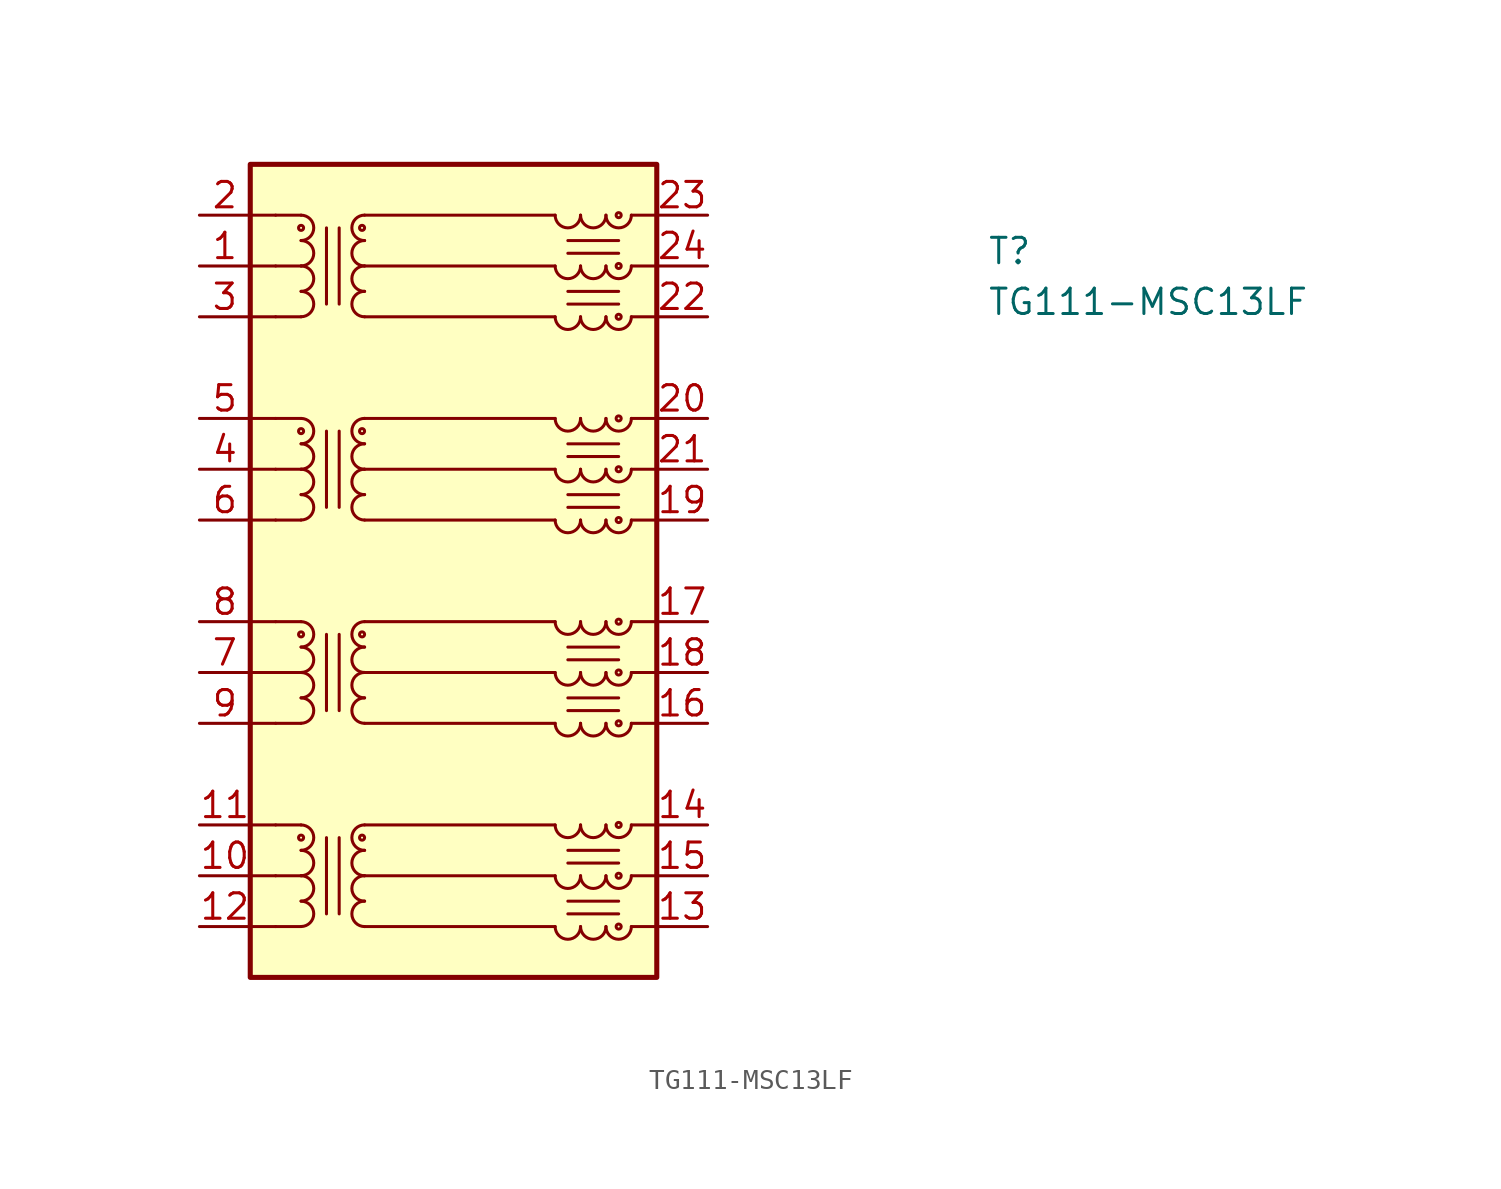
<source format=kicad_sym>
(kicad_symbol_lib
  (version 20211014)
  (generator kicad_symbol_editor)
  (symbol "TG111-MSC13LF"
    (pin_names
      (offset 0.002) hide)
    (property "Reference" "T"
      (at 39.37 -2.54 0)
      (effects (font (size 1.27 1.27) (thickness 0.15)) (justify left bottom)))
    (property "Value" "TG111-MSC13LF"
      (at 39.37 -5.08 0)
      (effects (font (size 1.27 1.27) (thickness 0.15)) (justify left bottom)))
    (symbol "TG111-MSC13LF_0_1"
      (polyline (pts (xy 2.54 -5.08) (xy 3.81 -5.08)) (stroke (width 0) (type default) (color 0 0 0 0)) (fill (type none)))
      (polyline (pts (xy 2.54 -2.54) (xy 3.81 -2.54)) (stroke (width 0) (type default) (color 0 0 0 0)) (fill (type none)))
      (polyline (pts (xy 2.54 0) (xy 3.81 0)) (stroke (width 0) (type default) (color 0 0 0 0)) (fill (type none)))
      (rectangle (start 2.54 -38.1) (end 22.86 2.54) (stroke (width 0.254) (type default) (color 0 0 0 0)) (fill (type background)))
      (pin passive line (at 0 -2.54 0) (length 2.54) (name "TCT1" (effects (font (size 1.27 1.27)))) (number "1" (effects (font (size 1.27 1.27)))))
      (pin passive line (at 0 -33.02 0) (length 2.54) (name "TCT4" (effects (font (size 1.27 1.27)))) (number "10" (effects (font (size 1.27 1.27)))))
      (pin passive line (at 0 -30.48 0) (length 2.54) (name "TD4+" (effects (font (size 1.27 1.27)))) (number "11" (effects (font (size 1.27 1.27)))))
      (pin passive line (at 0 -35.56 0) (length 2.54) (name "TD4-" (effects (font (size 1.27 1.27)))) (number "12" (effects (font (size 1.27 1.27)))))
      (pin passive line (at 25.4 -35.56 180) (length 2.54) (name "MX4-" (effects (font (size 1.27 1.27)))) (number "13" (effects (font (size 1.27 1.27)))))
      (pin passive line (at 25.4 -30.48 180) (length 2.54) (name "MX4+" (effects (font (size 1.27 1.27)))) (number "14" (effects (font (size 1.27 1.27)))))
      (pin passive line (at 25.4 -33.02 180) (length 2.54) (name "MCT4" (effects (font (size 1.27 1.27)))) (number "15" (effects (font (size 1.27 1.27)))))
      (pin passive line (at 25.4 -25.4 180) (length 2.54) (name "MTX3-" (effects (font (size 1.27 1.27)))) (number "16" (effects (font (size 1.27 1.27)))))
      (pin passive line (at 25.4 -20.32 180) (length 2.54) (name "MTX3+" (effects (font (size 1.27 1.27)))) (number "17" (effects (font (size 1.27 1.27)))))
      (pin passive line (at 25.4 -22.86 180) (length 2.54) (name "MCT3" (effects (font (size 1.27 1.27)))) (number "18" (effects (font (size 1.27 1.27)))))
      (pin passive line (at 25.4 -15.24 180) (length 2.54) (name "MTX2-" (effects (font (size 1.27 1.27)))) (number "19" (effects (font (size 1.27 1.27)))))
      (pin passive line (at 0 0 0) (length 2.54) (name "TD1+" (effects (font (size 1.27 1.27)))) (number "2" (effects (font (size 1.27 1.27)))))
      (pin passive line (at 25.4 -10.16 180) (length 2.54) (name "MTX2+" (effects (font (size 1.27 1.27)))) (number "20" (effects (font (size 1.27 1.27)))))
      (pin passive line (at 25.4 -12.7 180) (length 2.54) (name "MCT2" (effects (font (size 1.27 1.27)))) (number "21" (effects (font (size 1.27 1.27)))))
      (pin passive line (at 25.4 -5.08 180) (length 2.54) (name "MTX1-" (effects (font (size 1.27 1.27)))) (number "22" (effects (font (size 1.27 1.27)))))
      (pin passive line (at 25.4 0 180) (length 2.54) (name "MTX1+" (effects (font (size 1.27 1.27)))) (number "23" (effects (font (size 1.27 1.27)))))
      (pin passive line (at 25.4 -2.54 180) (length 2.54) (name "MTC1" (effects (font (size 1.27 1.27)))) (number "24" (effects (font (size 1.27 1.27)))))
      (pin passive line (at 0 -5.08 0) (length 2.54) (name "TD1-" (effects (font (size 1.27 1.27)))) (number "3" (effects (font (size 1.27 1.27)))))
      (pin passive line (at 0 -12.7 0) (length 2.54) (name "TCT2" (effects (font (size 1.27 1.27)))) (number "4" (effects (font (size 1.27 1.27)))))
      (pin passive line (at 0 -10.16 0) (length 2.54) (name "TD2+" (effects (font (size 1.27 1.27)))) (number "5" (effects (font (size 1.27 1.27)))))
      (pin passive line (at 0 -15.24 0) (length 2.54) (name "TD2-" (effects (font (size 1.27 1.27)))) (number "6" (effects (font (size 1.27 1.27)))))
      (pin passive line (at 0 -22.86 0) (length 2.54) (name "TCT3" (effects (font (size 1.27 1.27)))) (number "7" (effects (font (size 1.27 1.27)))))
      (pin passive line (at 0 -20.32 0) (length 2.54) (name "TD3+" (effects (font (size 1.27 1.27)))) (number "8" (effects (font (size 1.27 1.27)))))
      (pin passive line (at 0 -25.4 0) (length 2.54) (name "TD3-" (effects (font (size 1.27 1.27)))) (number "9" (effects (font (size 1.27 1.27))))))
    (symbol "TG111-MSC13LF_1_1"
      (polyline (pts (xy 2.54 -35.56) (xy 3.81 -35.56)) (stroke (width 0) (type default) (color 0 0 0 0)) (fill (type none)))
      (polyline (pts (xy 2.54 -33.02) (xy 3.81 -33.02)) (stroke (width 0) (type default) (color 0 0 0 0)) (fill (type none)))
      (polyline (pts (xy 2.54 -30.48) (xy 3.81 -30.48)) (stroke (width 0) (type default) (color 0 0 0 0)) (fill (type none)))
      (polyline (pts (xy 2.54 -25.4) (xy 3.81 -25.4)) (stroke (width 0) (type default) (color 0 0 0 0)) (fill (type none)))
      (polyline (pts (xy 2.54 -22.86) (xy 3.81 -22.86)) (stroke (width 0) (type default) (color 0 0 0 0)) (fill (type none)))
      (polyline (pts (xy 2.54 -20.32) (xy 3.81 -20.32)) (stroke (width 0) (type default) (color 0 0 0 0)) (fill (type none)))
      (polyline (pts (xy 2.54 -15.24) (xy 3.81 -15.24)) (stroke (width 0) (type default) (color 0 0 0 0)) (fill (type none)))
      (polyline (pts (xy 2.54 -12.7) (xy 3.81 -12.7)) (stroke (width 0) (type default) (color 0 0 0 0)) (fill (type none)))
      (polyline (pts (xy 2.54 -10.16) (xy 3.81 -10.16)) (stroke (width 0) (type default) (color 0 0 0 0)) (fill (type none)))
      (polyline (pts (xy 3.81 -35.56) (xy 5.08 -35.56)) (stroke (width 0) (type default) (color 0 0 0 0)) (fill (type none)))
      (polyline (pts (xy 3.81 -33.02) (xy 5.08 -33.02)) (stroke (width 0) (type default) (color 0 0 0 0)) (fill (type none)))
      (polyline (pts (xy 3.81 -30.48) (xy 5.08 -30.48)) (stroke (width 0) (type default) (color 0 0 0 0)) (fill (type none)))
      (polyline (pts (xy 3.81 -25.4) (xy 5.08 -25.4)) (stroke (width 0) (type default) (color 0 0 0 0)) (fill (type none)))
      (polyline (pts (xy 3.81 -22.86) (xy 5.08 -22.86)) (stroke (width 0) (type default) (color 0 0 0 0)) (fill (type none)))
      (polyline (pts (xy 3.81 -20.32) (xy 5.08 -20.32)) (stroke (width 0) (type default) (color 0 0 0 0)) (fill (type none)))
      (polyline (pts (xy 3.81 -15.24) (xy 5.08 -15.24)) (stroke (width 0) (type default) (color 0 0 0 0)) (fill (type none)))
      (polyline (pts (xy 3.81 -12.7) (xy 5.08 -12.7)) (stroke (width 0) (type default) (color 0 0 0 0)) (fill (type none)))
      (polyline (pts (xy 3.81 -10.16) (xy 5.08 -10.16)) (stroke (width 0) (type default) (color 0 0 0 0)) (fill (type none)))
      (polyline (pts (xy 3.81 -5.08) (xy 5.08 -5.08)) (stroke (width 0) (type default) (color 0 0 0 0)) (fill (type none)))
      (polyline (pts (xy 3.81 -2.54) (xy 5.08 -2.54)) (stroke (width 0) (type default) (color 0 0 0 0)) (fill (type none)))
      (polyline (pts (xy 3.81 0) (xy 5.08 0)) (stroke (width 0) (type default) (color 0 0 0 0)) (fill (type none)))
      (polyline (pts (xy 6.35 -34.925) (xy 6.35 -31.115)) (stroke (width 0) (type default) (color 0 0 0 0)) (fill (type none)))
      (polyline (pts (xy 6.35 -24.765) (xy 6.35 -20.955)) (stroke (width 0) (type default) (color 0 0 0 0)) (fill (type none)))
      (polyline (pts (xy 6.35 -14.605) (xy 6.35 -10.795)) (stroke (width 0) (type default) (color 0 0 0 0)) (fill (type none)))
      (polyline (pts (xy 6.35 -4.445) (xy 6.35 -0.635)) (stroke (width 0) (type default) (color 0 0 0 0)) (fill (type none)))
      (polyline (pts (xy 6.985 -34.925) (xy 6.985 -31.115)) (stroke (width 0) (type default) (color 0 0 0 0)) (fill (type none)))
      (polyline (pts (xy 6.985 -24.765) (xy 6.985 -20.955)) (stroke (width 0) (type default) (color 0 0 0 0)) (fill (type none)))
      (polyline (pts (xy 6.985 -14.605) (xy 6.985 -10.795)) (stroke (width 0) (type default) (color 0 0 0 0)) (fill (type none)))
      (polyline (pts (xy 6.985 -4.445) (xy 6.985 -0.635)) (stroke (width 0) (type default) (color 0 0 0 0)) (fill (type none)))
      (polyline (pts (xy 17.78 -35.56) (xy 8.255 -35.56)) (stroke (width 0) (type default) (color 0 0 0 0)) (fill (type none)))
      (polyline (pts (xy 17.78 -33.02) (xy 8.255 -33.02)) (stroke (width 0) (type default) (color 0 0 0 0)) (fill (type none)))
      (polyline (pts (xy 17.78 -30.48) (xy 8.255 -30.48)) (stroke (width 0) (type default) (color 0 0 0 0)) (fill (type none)))
      (polyline (pts (xy 17.78 -25.4) (xy 8.255 -25.4)) (stroke (width 0) (type default) (color 0 0 0 0)) (fill (type none)))
      (polyline (pts (xy 17.78 -22.86) (xy 8.255 -22.86)) (stroke (width 0) (type default) (color 0 0 0 0)) (fill (type none)))
      (polyline (pts (xy 17.78 -20.32) (xy 8.255 -20.32)) (stroke (width 0) (type default) (color 0 0 0 0)) (fill (type none)))
      (polyline (pts (xy 17.78 -15.24) (xy 8.255 -15.24)) (stroke (width 0) (type default) (color 0 0 0 0)) (fill (type none)))
      (polyline (pts (xy 17.78 -12.7) (xy 8.255 -12.7)) (stroke (width 0) (type default) (color 0 0 0 0)) (fill (type none)))
      (polyline (pts (xy 17.78 -10.16) (xy 8.255 -10.16)) (stroke (width 0) (type default) (color 0 0 0 0)) (fill (type none)))
      (polyline (pts (xy 17.78 -5.08) (xy 8.255 -5.08)) (stroke (width 0) (type default) (color 0 0 0 0)) (fill (type none)))
      (polyline (pts (xy 17.78 -2.54) (xy 8.255 -2.54)) (stroke (width 0) (type default) (color 0 0 0 0)) (fill (type none)))
      (polyline (pts (xy 17.78 0) (xy 8.255 0)) (stroke (width 0) (type default) (color 0 0 0 0)) (fill (type none)))
      (polyline (pts (xy 20.955 -34.925) (xy 18.415 -34.925)) (stroke (width 0) (type default) (color 0 0 0 0)) (fill (type none)))
      (polyline (pts (xy 20.955 -34.29) (xy 18.415 -34.29)) (stroke (width 0) (type default) (color 0 0 0 0)) (fill (type none)))
      (polyline (pts (xy 20.955 -32.385) (xy 18.415 -32.385)) (stroke (width 0) (type default) (color 0 0 0 0)) (fill (type none)))
      (polyline (pts (xy 20.955 -31.75) (xy 18.415 -31.75)) (stroke (width 0) (type default) (color 0 0 0 0)) (fill (type none)))
      (polyline (pts (xy 20.955 -24.765) (xy 18.415 -24.765)) (stroke (width 0) (type default) (color 0 0 0 0)) (fill (type none)))
      (polyline (pts (xy 20.955 -24.13) (xy 18.415 -24.13)) (stroke (width 0) (type default) (color 0 0 0 0)) (fill (type none)))
      (polyline (pts (xy 20.955 -22.225) (xy 18.415 -22.225)) (stroke (width 0) (type default) (color 0 0 0 0)) (fill (type none)))
      (polyline (pts (xy 20.955 -21.59) (xy 18.415 -21.59)) (stroke (width 0) (type default) (color 0 0 0 0)) (fill (type none)))
      (polyline (pts (xy 20.955 -14.605) (xy 18.415 -14.605)) (stroke (width 0) (type default) (color 0 0 0 0)) (fill (type none)))
      (polyline (pts (xy 20.955 -13.97) (xy 18.415 -13.97)) (stroke (width 0) (type default) (color 0 0 0 0)) (fill (type none)))
      (polyline (pts (xy 20.955 -12.065) (xy 18.415 -12.065)) (stroke (width 0) (type default) (color 0 0 0 0)) (fill (type none)))
      (polyline (pts (xy 20.955 -11.43) (xy 18.415 -11.43)) (stroke (width 0) (type default) (color 0 0 0 0)) (fill (type none)))
      (polyline (pts (xy 20.955 -4.445) (xy 18.415 -4.445)) (stroke (width 0) (type default) (color 0 0 0 0)) (fill (type none)))
      (polyline (pts (xy 20.955 -3.81) (xy 18.415 -3.81)) (stroke (width 0) (type default) (color 0 0 0 0)) (fill (type none)))
      (polyline (pts (xy 20.955 -1.905) (xy 18.415 -1.905)) (stroke (width 0) (type default) (color 0 0 0 0)) (fill (type none)))
      (polyline (pts (xy 20.955 -1.27) (xy 18.415 -1.27)) (stroke (width 0) (type default) (color 0 0 0 0)) (fill (type none)))
      (polyline (pts (xy 22.86 -35.56) (xy 21.59 -35.56)) (stroke (width 0) (type default) (color 0 0 0 0)) (fill (type none)))
      (polyline (pts (xy 22.86 -33.02) (xy 21.59 -33.02)) (stroke (width 0) (type default) (color 0 0 0 0)) (fill (type none)))
      (polyline (pts (xy 22.86 -30.48) (xy 21.59 -30.48)) (stroke (width 0) (type default) (color 0 0 0 0)) (fill (type none)))
      (polyline (pts (xy 22.86 -25.4) (xy 21.59 -25.4)) (stroke (width 0) (type default) (color 0 0 0 0)) (fill (type none)))
      (polyline (pts (xy 22.86 -22.86) (xy 21.59 -22.86)) (stroke (width 0) (type default) (color 0 0 0 0)) (fill (type none)))
      (polyline (pts (xy 22.86 -20.32) (xy 21.59 -20.32)) (stroke (width 0) (type default) (color 0 0 0 0)) (fill (type none)))
      (polyline (pts (xy 22.86 -15.24) (xy 21.59 -15.24)) (stroke (width 0) (type default) (color 0 0 0 0)) (fill (type none)))
      (polyline (pts (xy 22.86 -12.7) (xy 21.59 -12.7)) (stroke (width 0) (type default) (color 0 0 0 0)) (fill (type none)))
      (polyline (pts (xy 22.86 -10.16) (xy 21.59 -10.16)) (stroke (width 0) (type default) (color 0 0 0 0)) (fill (type none)))
      (polyline (pts (xy 22.86 -5.08) (xy 21.59 -5.08)) (stroke (width 0) (type default) (color 0 0 0 0)) (fill (type none)))
      (polyline (pts (xy 22.86 -2.54) (xy 21.59 -2.54)) (stroke (width 0) (type default) (color 0 0 0 0)) (fill (type none)))
      (polyline (pts (xy 22.86 0) (xy 21.59 0)) (stroke (width 0) (type default) (color 0 0 0 0)) (fill (type none)))
      (arc (start 5.08 -35.56) (mid 5.715 -34.925) (end 5.08 -34.29) (stroke (width 0) (type default) (color 0 0 0 0)) (fill (type none)))
      (arc (start 5.08 -34.29) (mid 5.715 -33.655) (end 5.08 -33.02) (stroke (width 0) (type default) (color 0 0 0 0)) (fill (type none)))
      (arc (start 5.08 -33.02) (mid 5.715 -32.385) (end 5.08 -31.75) (stroke (width 0) (type default) (color 0 0 0 0)) (fill (type none)))
      (arc (start 5.08 -31.75) (mid 5.715 -31.115) (end 5.08 -30.48) (stroke (width 0) (type default) (color 0 0 0 0)) (fill (type none)))
      (circle (center 5.08 -31.115) (radius 0.127) (stroke (width 0) (type default) (color 0 0 0 0)) (fill (type none)))
      (arc (start 5.08 -25.4) (mid 5.715 -24.765) (end 5.08 -24.13) (stroke (width 0) (type default) (color 0 0 0 0)) (fill (type none)))
      (arc (start 5.08 -24.13) (mid 5.715 -23.495) (end 5.08 -22.86) (stroke (width 0) (type default) (color 0 0 0 0)) (fill (type none)))
      (arc (start 5.08 -22.86) (mid 5.715 -22.225) (end 5.08 -21.59) (stroke (width 0) (type default) (color 0 0 0 0)) (fill (type none)))
      (arc (start 5.08 -21.59) (mid 5.715 -20.955) (end 5.08 -20.32) (stroke (width 0) (type default) (color 0 0 0 0)) (fill (type none)))
      (circle (center 5.08 -20.955) (radius 0.127) (stroke (width 0) (type default) (color 0 0 0 0)) (fill (type none)))
      (arc (start 5.08 -15.24) (mid 5.715 -14.605) (end 5.08 -13.97) (stroke (width 0) (type default) (color 0 0 0 0)) (fill (type none)))
      (arc (start 5.08 -13.97) (mid 5.715 -13.335) (end 5.08 -12.7) (stroke (width 0) (type default) (color 0 0 0 0)) (fill (type none)))
      (arc (start 5.08 -12.7) (mid 5.715 -12.065) (end 5.08 -11.43) (stroke (width 0) (type default) (color 0 0 0 0)) (fill (type none)))
      (arc (start 5.08 -11.43) (mid 5.715 -10.795) (end 5.08 -10.16) (stroke (width 0) (type default) (color 0 0 0 0)) (fill (type none)))
      (circle (center 5.08 -10.795) (radius 0.127) (stroke (width 0) (type default) (color 0 0 0 0)) (fill (type none)))
      (arc (start 5.08 -5.08) (mid 5.715 -4.445) (end 5.08 -3.81) (stroke (width 0) (type default) (color 0 0 0 0)) (fill (type none)))
      (arc (start 5.08 -3.81) (mid 5.715 -3.175) (end 5.08 -2.54) (stroke (width 0) (type default) (color 0 0 0 0)) (fill (type none)))
      (arc (start 5.08 -2.54) (mid 5.715 -1.905) (end 5.08 -1.27) (stroke (width 0) (type default) (color 0 0 0 0)) (fill (type none)))
      (arc (start 5.08 -1.27) (mid 5.715 -0.635) (end 5.08 0) (stroke (width 0) (type default) (color 0 0 0 0)) (fill (type none)))
      (circle (center 5.08 -0.635) (radius 0.127) (stroke (width 0) (type default) (color 0 0 0 0)) (fill (type none)))
      (circle (center 8.128 -31.115) (radius 0.127) (stroke (width 0) (type default) (color 0 0 0 0)) (fill (type none)))
      (circle (center 8.128 -20.955) (radius 0.127) (stroke (width 0) (type default) (color 0 0 0 0)) (fill (type none)))
      (circle (center 8.128 -10.795) (radius 0.127) (stroke (width 0) (type default) (color 0 0 0 0)) (fill (type none)))
      (circle (center 8.128 -0.635) (radius 0.127) (stroke (width 0) (type default) (color 0 0 0 0)) (fill (type none)))
      (arc (start 8.255 -34.29) (mid 7.62 -34.925) (end 8.255 -35.56) (stroke (width 0) (type default) (color 0 0 0 0)) (fill (type none)))
      (arc (start 8.255 -33.02) (mid 7.62 -33.655) (end 8.255 -34.29) (stroke (width 0) (type default) (color 0 0 0 0)) (fill (type none)))
      (arc (start 8.255 -31.75) (mid 7.62 -32.385) (end 8.255 -33.02) (stroke (width 0) (type default) (color 0 0 0 0)) (fill (type none)))
      (arc (start 8.255 -30.48) (mid 7.62 -31.115) (end 8.255 -31.75) (stroke (width 0) (type default) (color 0 0 0 0)) (fill (type none)))
      (arc (start 8.255 -24.13) (mid 7.62 -24.765) (end 8.255 -25.4) (stroke (width 0) (type default) (color 0 0 0 0)) (fill (type none)))
      (arc (start 8.255 -22.86) (mid 7.62 -23.495) (end 8.255 -24.13) (stroke (width 0) (type default) (color 0 0 0 0)) (fill (type none)))
      (arc (start 8.255 -21.59) (mid 7.62 -22.225) (end 8.255 -22.86) (stroke (width 0) (type default) (color 0 0 0 0)) (fill (type none)))
      (arc (start 8.255 -20.32) (mid 7.62 -20.955) (end 8.255 -21.59) (stroke (width 0) (type default) (color 0 0 0 0)) (fill (type none)))
      (arc (start 8.255 -13.97) (mid 7.62 -14.605) (end 8.255 -15.24) (stroke (width 0) (type default) (color 0 0 0 0)) (fill (type none)))
      (arc (start 8.255 -12.7) (mid 7.62 -13.335) (end 8.255 -13.97) (stroke (width 0) (type default) (color 0 0 0 0)) (fill (type none)))
      (arc (start 8.255 -11.43) (mid 7.62 -12.065) (end 8.255 -12.7) (stroke (width 0) (type default) (color 0 0 0 0)) (fill (type none)))
      (arc (start 8.255 -10.16) (mid 7.62 -10.795) (end 8.255 -11.43) (stroke (width 0) (type default) (color 0 0 0 0)) (fill (type none)))
      (arc (start 8.255 -3.81) (mid 7.62 -4.445) (end 8.255 -5.08) (stroke (width 0) (type default) (color 0 0 0 0)) (fill (type none)))
      (arc (start 8.255 -2.54) (mid 7.62 -3.175) (end 8.255 -3.81) (stroke (width 0) (type default) (color 0 0 0 0)) (fill (type none)))
      (arc (start 8.255 -1.27) (mid 7.62 -1.905) (end 8.255 -2.54) (stroke (width 0) (type default) (color 0 0 0 0)) (fill (type none)))
      (arc (start 8.255 0) (mid 7.62 -0.635) (end 8.255 -1.27) (stroke (width 0) (type default) (color 0 0 0 0)) (fill (type none)))
      (arc (start 17.78 -35.56) (mid 18.415 -36.195) (end 19.05 -35.56) (stroke (width 0) (type default) (color 0 0 0 0)) (fill (type none)))
      (arc (start 17.78 -33.02) (mid 18.415 -33.655) (end 19.05 -33.02) (stroke (width 0) (type default) (color 0 0 0 0)) (fill (type none)))
      (arc (start 17.78 -30.48) (mid 18.415 -31.115) (end 19.05 -30.48) (stroke (width 0) (type default) (color 0 0 0 0)) (fill (type none)))
      (arc (start 17.78 -25.4) (mid 18.415 -26.035) (end 19.05 -25.4) (stroke (width 0) (type default) (color 0 0 0 0)) (fill (type none)))
      (arc (start 17.78 -22.86) (mid 18.415 -23.495) (end 19.05 -22.86) (stroke (width 0) (type default) (color 0 0 0 0)) (fill (type none)))
      (arc (start 17.78 -20.32) (mid 18.415 -20.955) (end 19.05 -20.32) (stroke (width 0) (type default) (color 0 0 0 0)) (fill (type none)))
      (arc (start 17.78 -15.24) (mid 18.415 -15.875) (end 19.05 -15.24) (stroke (width 0) (type default) (color 0 0 0 0)) (fill (type none)))
      (arc (start 17.78 -12.7) (mid 18.415 -13.335) (end 19.05 -12.7) (stroke (width 0) (type default) (color 0 0 0 0)) (fill (type none)))
      (arc (start 17.78 -10.16) (mid 18.415 -10.795) (end 19.05 -10.16) (stroke (width 0) (type default) (color 0 0 0 0)) (fill (type none)))
      (arc (start 17.78 -5.08) (mid 18.415 -5.715) (end 19.05 -5.08) (stroke (width 0) (type default) (color 0 0 0 0)) (fill (type none)))
      (arc (start 17.78 -2.54) (mid 18.415 -3.175) (end 19.05 -2.54) (stroke (width 0) (type default) (color 0 0 0 0)) (fill (type none)))
      (arc (start 17.78 0) (mid 18.415 -0.635) (end 19.05 0) (stroke (width 0) (type default) (color 0 0 0 0)) (fill (type none)))
      (arc (start 19.05 -35.56) (mid 19.685 -36.195) (end 20.32 -35.56) (stroke (width 0) (type default) (color 0 0 0 0)) (fill (type none)))
      (arc (start 19.05 -33.02) (mid 19.685 -33.655) (end 20.32 -33.02) (stroke (width 0) (type default) (color 0 0 0 0)) (fill (type none)))
      (arc (start 19.05 -30.48) (mid 19.685 -31.115) (end 20.32 -30.48) (stroke (width 0) (type default) (color 0 0 0 0)) (fill (type none)))
      (arc (start 19.05 -25.4) (mid 19.685 -26.035) (end 20.32 -25.4) (stroke (width 0) (type default) (color 0 0 0 0)) (fill (type none)))
      (arc (start 19.05 -22.86) (mid 19.685 -23.495) (end 20.32 -22.86) (stroke (width 0) (type default) (color 0 0 0 0)) (fill (type none)))
      (arc (start 19.05 -20.32) (mid 19.685 -20.955) (end 20.32 -20.32) (stroke (width 0) (type default) (color 0 0 0 0)) (fill (type none)))
      (arc (start 19.05 -15.24) (mid 19.685 -15.875) (end 20.32 -15.24) (stroke (width 0) (type default) (color 0 0 0 0)) (fill (type none)))
      (arc (start 19.05 -12.7) (mid 19.685 -13.335) (end 20.32 -12.7) (stroke (width 0) (type default) (color 0 0 0 0)) (fill (type none)))
      (arc (start 19.05 -10.16) (mid 19.685 -10.795) (end 20.32 -10.16) (stroke (width 0) (type default) (color 0 0 0 0)) (fill (type none)))
      (arc (start 19.05 -5.08) (mid 19.685 -5.715) (end 20.32 -5.08) (stroke (width 0) (type default) (color 0 0 0 0)) (fill (type none)))
      (arc (start 19.05 -2.54) (mid 19.685 -3.175) (end 20.32 -2.54) (stroke (width 0) (type default) (color 0 0 0 0)) (fill (type none)))
      (arc (start 19.05 0) (mid 19.685 -0.635) (end 20.32 0) (stroke (width 0) (type default) (color 0 0 0 0)) (fill (type none)))
      (arc (start 20.32 -35.56) (mid 20.955 -36.195) (end 21.59 -35.56) (stroke (width 0) (type default) (color 0 0 0 0)) (fill (type none)))
      (arc (start 20.32 -33.02) (mid 20.955 -33.655) (end 21.59 -33.02) (stroke (width 0) (type default) (color 0 0 0 0)) (fill (type none)))
      (arc (start 20.32 -30.48) (mid 20.955 -31.115) (end 21.59 -30.48) (stroke (width 0) (type default) (color 0 0 0 0)) (fill (type none)))
      (arc (start 20.32 -25.4) (mid 20.955 -26.035) (end 21.59 -25.4) (stroke (width 0) (type default) (color 0 0 0 0)) (fill (type none)))
      (arc (start 20.32 -22.86) (mid 20.955 -23.495) (end 21.59 -22.86) (stroke (width 0) (type default) (color 0 0 0 0)) (fill (type none)))
      (arc (start 20.32 -20.32) (mid 20.955 -20.955) (end 21.59 -20.32) (stroke (width 0) (type default) (color 0 0 0 0)) (fill (type none)))
      (arc (start 20.32 -15.24) (mid 20.955 -15.875) (end 21.59 -15.24) (stroke (width 0) (type default) (color 0 0 0 0)) (fill (type none)))
      (arc (start 20.32 -12.7) (mid 20.955 -13.335) (end 21.59 -12.7) (stroke (width 0) (type default) (color 0 0 0 0)) (fill (type none)))
      (arc (start 20.32 -10.16) (mid 20.955 -10.795) (end 21.59 -10.16) (stroke (width 0) (type default) (color 0 0 0 0)) (fill (type none)))
      (arc (start 20.32 -5.08) (mid 20.955 -5.715) (end 21.59 -5.08) (stroke (width 0) (type default) (color 0 0 0 0)) (fill (type none)))
      (arc (start 20.32 -2.54) (mid 20.955 -3.175) (end 21.59 -2.54) (stroke (width 0) (type default) (color 0 0 0 0)) (fill (type none)))
      (arc (start 20.32 0) (mid 20.955 -0.635) (end 21.59 0) (stroke (width 0) (type default) (color 0 0 0 0)) (fill (type none)))
      (circle (center 20.955 -35.56) (radius 0.127) (stroke (width 0) (type default) (color 0 0 0 0)) (fill (type none)))
      (circle (center 20.955 -33.02) (radius 0.127) (stroke (width 0) (type default) (color 0 0 0 0)) (fill (type none)))
      (circle (center 20.955 -30.48) (radius 0.127) (stroke (width 0) (type default) (color 0 0 0 0)) (fill (type none)))
      (circle (center 20.955 -25.4) (radius 0.127) (stroke (width 0) (type default) (color 0 0 0 0)) (fill (type none)))
      (circle (center 20.955 -22.86) (radius 0.127) (stroke (width 0) (type default) (color 0 0 0 0)) (fill (type none)))
      (circle (center 20.955 -20.32) (radius 0.127) (stroke (width 0) (type default) (color 0 0 0 0)) (fill (type none)))
      (circle (center 20.955 -15.24) (radius 0.127) (stroke (width 0) (type default) (color 0 0 0 0)) (fill (type none)))
      (circle (center 20.955 -12.7) (radius 0.127) (stroke (width 0) (type default) (color 0 0 0 0)) (fill (type none)))
      (circle (center 20.955 -10.16) (radius 0.127) (stroke (width 0) (type default) (color 0 0 0 0)) (fill (type none)))
      (circle (center 20.955 -5.08) (radius 0.127) (stroke (width 0) (type default) (color 0 0 0 0)) (fill (type none)))
      (circle (center 20.955 -2.54) (radius 0.127) (stroke (width 0) (type default) (color 0 0 0 0)) (fill (type none)))
      (circle (center 20.955 0) (radius 0.127) (stroke (width 0) (type default) (color 0 0 0 0)) (fill (type none))))))
</source>
